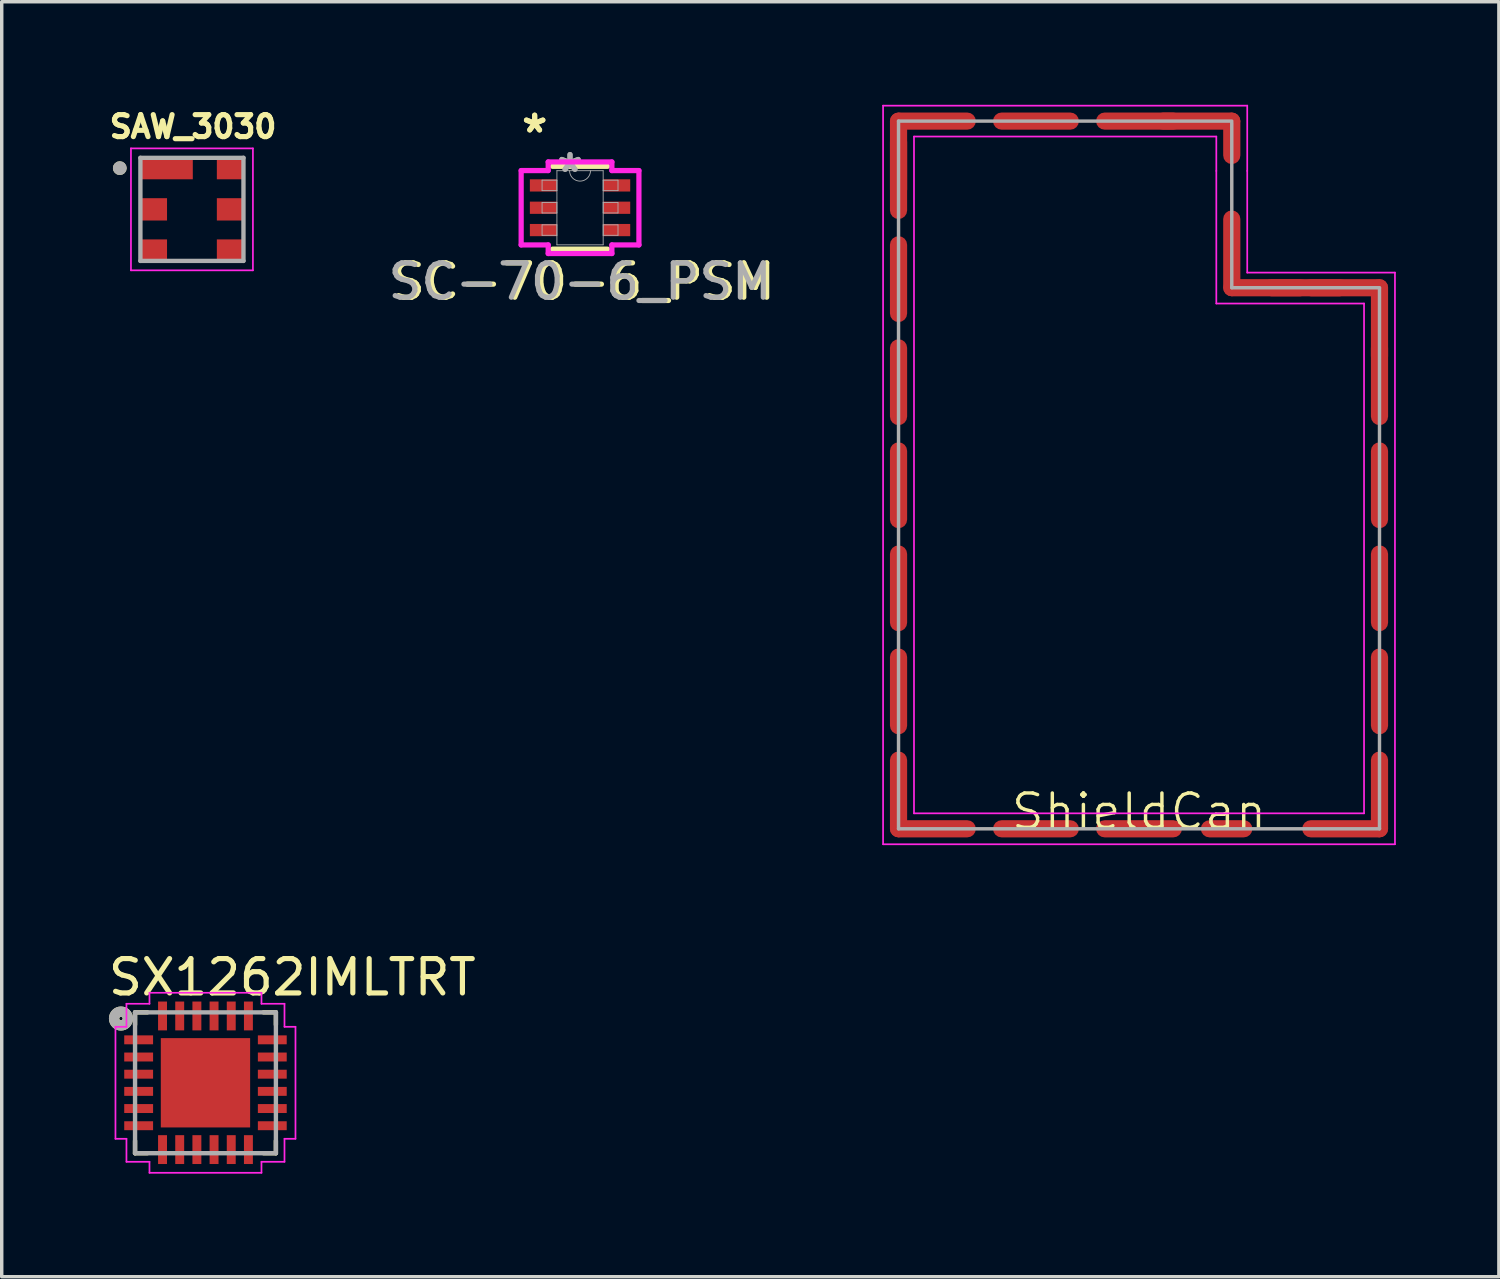
<source format=kicad_pcb>
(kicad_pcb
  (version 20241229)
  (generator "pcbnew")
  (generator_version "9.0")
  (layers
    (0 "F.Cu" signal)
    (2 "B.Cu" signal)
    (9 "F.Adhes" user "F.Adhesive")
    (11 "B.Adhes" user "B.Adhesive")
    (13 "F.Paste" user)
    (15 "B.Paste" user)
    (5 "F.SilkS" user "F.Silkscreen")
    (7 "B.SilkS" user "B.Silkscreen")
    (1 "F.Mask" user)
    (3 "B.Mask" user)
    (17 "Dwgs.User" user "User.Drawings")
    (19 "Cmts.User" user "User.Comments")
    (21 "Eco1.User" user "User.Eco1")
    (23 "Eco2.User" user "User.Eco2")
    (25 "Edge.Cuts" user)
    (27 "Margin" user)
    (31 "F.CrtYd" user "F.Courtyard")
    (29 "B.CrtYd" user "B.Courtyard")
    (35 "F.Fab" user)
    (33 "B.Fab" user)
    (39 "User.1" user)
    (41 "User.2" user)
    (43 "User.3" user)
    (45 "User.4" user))
  (footprint "SC-70-6_PSM"
    (layer "F.Cu")
    (at 13.834 2.997)
    (property "Reference" "SC-70-6_PSM" (at 0.1 2.15 0) (unlocked yes) (layer "F.SilkS") (effects (font (size 1 1) (thickness 0.15))))
    (attr smd)
    (fp_line (start -0.8 1.206) (end 0.8 1.206) (stroke (width 0.152) (type solid)) (layer "F.SilkS"))
    (fp_line (start 0.8 -1.206) (end -0.8 -1.206) (stroke (width 0.152) (type solid)) (layer "F.SilkS"))
    (fp_line (start -1.714 -1.082) (end -0.927 -1.082) (stroke (width 0.152) (type solid)) (layer "F.CrtYd"))
    (fp_line (start -1.714 1.082) (end -1.714 -1.082) (stroke (width 0.152) (type solid)) (layer "F.CrtYd"))
    (fp_line (start -1.714 1.082) (end -0.927 1.082) (stroke (width 0.152) (type solid)) (layer "F.CrtYd"))
    (fp_line (start -0.927 -1.333) (end 0.927 -1.333) (stroke (width 0.152) (type solid)) (layer "F.CrtYd"))
    (fp_line (start -0.927 -1.082) (end -0.927 -1.333) (stroke (width 0.152) (type solid)) (layer "F.CrtYd"))
    (fp_line (start -0.927 1.333) (end -0.927 1.082) (stroke (width 0.152) (type solid)) (layer "F.CrtYd"))
    (fp_line (start 0.927 -1.333) (end 0.927 -1.082) (stroke (width 0.152) (type solid)) (layer "F.CrtYd"))
    (fp_line (start 0.927 1.082) (end 0.927 1.333) (stroke (width 0.152) (type solid)) (layer "F.CrtYd"))
    (fp_line (start 0.927 1.333) (end -0.927 1.333) (stroke (width 0.152) (type solid)) (layer "F.CrtYd"))
    (fp_line (start 1.714 -1.082) (end 0.927 -1.082) (stroke (width 0.152) (type solid)) (layer "F.CrtYd"))
    (fp_line (start 1.714 -1.082) (end 1.714 1.082) (stroke (width 0.152) (type solid)) (layer "F.CrtYd"))
    (fp_line (start 1.714 1.082) (end 0.927 1.082) (stroke (width 0.152) (type solid)) (layer "F.CrtYd"))
    (fp_line (start -1.105 -0.802) (end -1.105 -0.498) (stroke (width 0.025) (type solid)) (layer "F.Fab"))
    (fp_line (start -1.105 -0.498) (end -0.673 -0.498) (stroke (width 0.025) (type solid)) (layer "F.Fab"))
    (fp_line (start -1.105 -0.152) (end -1.105 0.152) (stroke (width 0.025) (type solid)) (layer "F.Fab"))
    (fp_line (start -1.105 0.152) (end -0.673 0.152) (stroke (width 0.025) (type solid)) (layer "F.Fab"))
    (fp_line (start -1.105 0.498) (end -1.105 0.802) (stroke (width 0.025) (type solid)) (layer "F.Fab"))
    (fp_line (start -1.105 0.802) (end -0.673 0.802) (stroke (width 0.025) (type solid)) (layer "F.Fab"))
    (fp_line (start -0.673 -1.079) (end -0.673 1.079) (stroke (width 0.025) (type solid)) (layer "F.Fab"))
    (fp_line (start -0.673 -0.802) (end -1.105 -0.802) (stroke (width 0.025) (type solid)) (layer "F.Fab"))
    (fp_line (start -0.673 -0.498) (end -0.673 -0.802) (stroke (width 0.025) (type solid)) (layer "F.Fab"))
    (fp_line (start -0.673 -0.152) (end -1.105 -0.152) (stroke (width 0.025) (type solid)) (layer "F.Fab"))
    (fp_line (start -0.673 0.152) (end -0.673 -0.152) (stroke (width 0.025) (type solid)) (layer "F.Fab"))
    (fp_line (start -0.673 0.498) (end -1.105 0.498) (stroke (width 0.025) (type solid)) (layer "F.Fab"))
    (fp_line (start -0.673 0.802) (end -0.673 0.498) (stroke (width 0.025) (type solid)) (layer "F.Fab"))
    (fp_line (start -0.673 1.079) (end 0.673 1.079) (stroke (width 0.025) (type solid)) (layer "F.Fab"))
    (fp_line (start 0.673 -1.079) (end -0.673 -1.079) (stroke (width 0.025) (type solid)) (layer "F.Fab"))
    (fp_line (start 0.673 -0.802) (end 0.673 -0.498) (stroke (width 0.025) (type solid)) (layer "F.Fab"))
    (fp_line (start 0.673 -0.498) (end 1.105 -0.498) (stroke (width 0.025) (type solid)) (layer "F.Fab"))
    (fp_line (start 0.673 -0.152) (end 0.673 0.152) (stroke (width 0.025) (type solid)) (layer "F.Fab"))
    (fp_line (start 0.673 0.152) (end 1.105 0.152) (stroke (width 0.025) (type solid)) (layer "F.Fab"))
    (fp_line (start 0.673 0.498) (end 0.673 0.802) (stroke (width 0.025) (type solid)) (layer "F.Fab"))
    (fp_line (start 0.673 0.802) (end 1.105 0.802) (stroke (width 0.025) (type solid)) (layer "F.Fab"))
    (fp_line (start 0.673 1.079) (end 0.673 -1.079) (stroke (width 0.025) (type solid)) (layer "F.Fab"))
    (fp_line (start 1.105 -0.802) (end 0.673 -0.802) (stroke (width 0.025) (type solid)) (layer "F.Fab"))
    (fp_line (start 1.105 -0.498) (end 1.105 -0.802) (stroke (width 0.025) (type solid)) (layer "F.Fab"))
    (fp_line (start 1.105 -0.152) (end 0.673 -0.152) (stroke (width 0.025) (type solid)) (layer "F.Fab"))
    (fp_line (start 1.105 0.152) (end 1.105 -0.152) (stroke (width 0.025) (type solid)) (layer "F.Fab"))
    (fp_line (start 1.105 0.498) (end 0.673 0.498) (stroke (width 0.025) (type solid)) (layer "F.Fab"))
    (fp_line (start 1.105 0.802) (end 1.105 0.498) (stroke (width 0.025) (type solid)) (layer "F.Fab"))
    (fp_arc (start 0.3048 -1.0795) (mid 0 -0.7747) (end -0.3048 -1.0795) (stroke (width 0.0254) (type solid)) (layer "F.Fab"))
    (fp_text user "*" (at -1.321 -2.149 0) (unlocked yes) (layer "F.SilkS") (effects (font (size 1 1) (thickness 0.15))))
    (fp_text user "*" (at -1.321 -2.149 0) (layer "F.SilkS") (effects (font (size 1 1) (thickness 0.15))))
    (fp_text user "${REFERENCE}" (at 0 2.15 0) (unlocked yes) (layer "F.Fab") (effects (font (size 1 1) (thickness 0.15))))
    (fp_text user "*" (at -0.292 -1.003 0) (layer "F.Fab") (effects (font (size 1 1) (thickness 0.15))))
    (fp_text user "*" (at -0.292 -1.003 0) (unlocked yes) (layer "F.Fab") (effects (font (size 1 1) (thickness 0.15))))
    (pad "1" smd rect (at -1.067 -0.65) (size 0.787 0.356) (layers "F.Cu" "F.Mask" "F.Paste"))
    (pad "2" smd rect (at -1.067 0) (size 0.787 0.356) (layers "F.Cu" "F.Mask" "F.Paste"))
    (pad "3" smd rect (at -1.067 0.65) (size 0.787 0.356) (layers "F.Cu" "F.Mask" "F.Paste"))
    (pad "4" smd rect (at 1.067 0.65) (size 0.787 0.356) (layers "F.Cu" "F.Mask" "F.Paste"))
    (pad "5" smd rect (at 1.067 0) (size 0.787 0.356) (layers "F.Cu" "F.Mask" "F.Paste"))
    (pad "6" smd rect (at 1.067 -0.65) (size 0.787 0.356) (layers "F.Cu" "F.Mask" "F.Paste")))
  (footprint "SAW_3030"
    (layer "F.Cu")
    (at 2.537 3.044)
    (property "Reference" "SAW_3030" (at 0.032 -2.406 0) (layer "F.SilkS") (effects (font (size 0.64 0.64) (thickness 0.15))))
    (attr smd)
    (fp_circle (center -2.1 -1.2) (end -2 -1.2) (stroke (width 0.2) (type solid)) (fill no) (layer "F.SilkS"))
    (fp_line (start -1.775 -1.775) (end -1.775 1.775) (stroke (width 0.05) (type solid)) (layer "F.CrtYd"))
    (fp_line (start -1.775 1.775) (end 1.775 1.775) (stroke (width 0.05) (type solid)) (layer "F.CrtYd"))
    (fp_line (start 1.775 -1.775) (end -1.775 -1.775) (stroke (width 0.05) (type solid)) (layer "F.CrtYd"))
    (fp_line (start 1.775 1.775) (end 1.775 -1.775) (stroke (width 0.05) (type solid)) (layer "F.CrtYd"))
    (fp_line (start -1.5 -1.5) (end -1.5 1.5) (stroke (width 0.127) (type solid)) (layer "F.Fab"))
    (fp_line (start -1.5 1.5) (end 1.5 1.5) (stroke (width 0.127) (type solid)) (layer "F.Fab"))
    (fp_line (start 1.5 -1.5) (end -1.5 -1.5) (stroke (width 0.127) (type solid)) (layer "F.Fab"))
    (fp_line (start 1.5 1.5) (end 1.5 -1.5) (stroke (width 0.127) (type solid)) (layer "F.Fab"))
    (fp_circle (center -2.1 -1.2) (end -2 -1.2) (stroke (width 0.2) (type solid)) (fill no) (layer "F.Fab"))
    (pad "1" smd rect (at -0.75 -1.2) (size 1.55 0.65) (layers "F.Cu" "F.Mask" "F.Paste"))
    (pad "2" smd rect (at -1.125 0) (size 0.8 0.65) (layers "F.Cu" "F.Mask" "F.Paste"))
    (pad "3" smd rect (at -1.125 1.2) (size 0.8 0.65) (layers "F.Cu" "F.Mask" "F.Paste"))
    (pad "4" smd rect (at 1.125 1.2) (size 0.8 0.65) (layers "F.Cu" "F.Mask" "F.Paste"))
    (pad "5" smd rect (at 1.125 0) (size 0.8 0.65) (layers "F.Cu" "F.Mask" "F.Paste"))
    (pad "6" smd rect (at 1.125 -1.2) (size 0.8 0.65) (layers "F.Cu" "F.Mask" "F.Paste")))
  (footprint "SX1262IMLTRT"
    (layer "F.Cu")
    (at 2.931 28.468)
    (property "Reference" "SX1262IMLTRT" (at 2.527 -3.07 0) (layer "F.SilkS") (effects (font (size 1 1) (thickness 0.15))))
    (attr smd)
    (fp_line (start -2.05 -2.05) (end -2.05 -1.69) (stroke (width 0.127) (type solid)) (layer "F.SilkS"))
    (fp_line (start -2.05 2.05) (end -2.05 1.69) (stroke (width 0.127) (type solid)) (layer "F.SilkS"))
    (fp_line (start -1.69 -2.05) (end -2.05 -2.05) (stroke (width 0.127) (type solid)) (layer "F.SilkS"))
    (fp_line (start -1.69 2.05) (end -2.05 2.05) (stroke (width 0.127) (type solid)) (layer "F.SilkS"))
    (fp_line (start 1.69 2.05) (end 2.05 2.05) (stroke (width 0.127) (type solid)) (layer "F.SilkS"))
    (fp_line (start 2.05 -2.05) (end 1.69 -2.05) (stroke (width 0.127) (type solid)) (layer "F.SilkS"))
    (fp_line (start 2.05 -1.69) (end 2.05 -2.05) (stroke (width 0.127) (type solid)) (layer "F.SilkS"))
    (fp_line (start 2.05 2.05) (end 2.05 1.69) (stroke (width 0.127) (type solid)) (layer "F.SilkS"))
    (fp_circle (center -2.46 -1.87) (end -2.41 -1.87) (stroke (width 0.3) (type solid)) (fill no) (layer "F.SilkS"))
    (fp_poly (pts (xy -1.045 -1.045) (xy -0.125 -1.045) (xy -0.125 -0.125) (xy -1.045 -0.125)) (stroke (width 0.01) (type solid)) (fill yes) (layer "F.Paste"))
    (fp_poly (pts (xy -1.045 0.125) (xy -0.125 0.125) (xy -0.125 1.045) (xy -1.045 1.045)) (stroke (width 0.01) (type solid)) (fill yes) (layer "F.Paste"))
    (fp_poly (pts (xy 0.125 -1.045) (xy 1.045 -1.045) (xy 1.045 -0.125) (xy 0.125 -0.125)) (stroke (width 0.01) (type solid)) (fill yes) (layer "F.Paste"))
    (fp_poly (pts (xy 0.125 0.125) (xy 1.045 0.125) (xy 1.045 1.045) (xy 0.125 1.045)) (stroke (width 0.01) (type solid)) (fill yes) (layer "F.Paste"))
    (fp_line (start -2.62 -1.63) (end -2.62 1.63) (stroke (width 0.05) (type solid)) (layer "F.CrtYd"))
    (fp_line (start -2.62 1.63) (end -2.3 1.63) (stroke (width 0.05) (type solid)) (layer "F.CrtYd"))
    (fp_line (start -2.3 -2.3) (end -2.3 -1.63) (stroke (width 0.05) (type solid)) (layer "F.CrtYd"))
    (fp_line (start -2.3 -1.63) (end -2.62 -1.63) (stroke (width 0.05) (type solid)) (layer "F.CrtYd"))
    (fp_line (start -2.3 1.63) (end -2.3 2.3) (stroke (width 0.05) (type solid)) (layer "F.CrtYd"))
    (fp_line (start -2.3 2.3) (end -1.63 2.3) (stroke (width 0.05) (type solid)) (layer "F.CrtYd"))
    (fp_line (start -1.63 -2.62) (end -1.63 -2.3) (stroke (width 0.05) (type solid)) (layer "F.CrtYd"))
    (fp_line (start -1.63 -2.3) (end -2.3 -2.3) (stroke (width 0.05) (type solid)) (layer "F.CrtYd"))
    (fp_line (start -1.63 2.3) (end -1.63 2.62) (stroke (width 0.05) (type solid)) (layer "F.CrtYd"))
    (fp_line (start -1.63 2.62) (end 1.63 2.62) (stroke (width 0.05) (type solid)) (layer "F.CrtYd"))
    (fp_line (start 1.63 -2.62) (end -1.63 -2.62) (stroke (width 0.05) (type solid)) (layer "F.CrtYd"))
    (fp_line (start 1.63 -2.3) (end 1.63 -2.62) (stroke (width 0.05) (type solid)) (layer "F.CrtYd"))
    (fp_line (start 1.63 2.3) (end 2.3 2.3) (stroke (width 0.05) (type solid)) (layer "F.CrtYd"))
    (fp_line (start 1.63 2.62) (end 1.63 2.3) (stroke (width 0.05) (type solid)) (layer "F.CrtYd"))
    (fp_line (start 2.3 -2.3) (end 1.63 -2.3) (stroke (width 0.05) (type solid)) (layer "F.CrtYd"))
    (fp_line (start 2.3 -1.63) (end 2.3 -2.3) (stroke (width 0.05) (type solid)) (layer "F.CrtYd"))
    (fp_line (start 2.3 1.63) (end 2.62 1.63) (stroke (width 0.05) (type solid)) (layer "F.CrtYd"))
    (fp_line (start 2.3 2.3) (end 2.3 1.63) (stroke (width 0.05) (type solid)) (layer "F.CrtYd"))
    (fp_line (start 2.62 -1.63) (end 2.3 -1.63) (stroke (width 0.05) (type solid)) (layer "F.CrtYd"))
    (fp_line (start 2.62 1.63) (end 2.62 -1.63) (stroke (width 0.05) (type solid)) (layer "F.CrtYd"))
    (fp_line (start -2.05 -2.05) (end -2.05 2.05) (stroke (width 0.127) (type solid)) (layer "F.Fab"))
    (fp_line (start -2.05 2.05) (end 2.05 2.05) (stroke (width 0.127) (type solid)) (layer "F.Fab"))
    (fp_line (start 2.05 -2.05) (end -2.05 -2.05) (stroke (width 0.127) (type solid)) (layer "F.Fab"))
    (fp_line (start 2.05 2.05) (end 2.05 -2.05) (stroke (width 0.127) (type solid)) (layer "F.Fab"))
    (fp_circle (center -2.46 -1.87) (end -2.41 -1.87) (stroke (width 0.3) (type solid)) (fill no) (layer "F.Fab"))
    (pad "1" smd rect (at -1.945 -1.25) (size 0.84 0.26) (layers "F.Cu" "F.Mask" "F.Paste"))
    (pad "2" smd rect (at -1.945 -0.75) (size 0.84 0.26) (layers "F.Cu" "F.Mask" "F.Paste"))
    (pad "3" smd rect (at -1.945 -0.25) (size 0.84 0.26) (layers "F.Cu" "F.Mask" "F.Paste"))
    (pad "4" smd rect (at -1.945 0.25) (size 0.84 0.26) (layers "F.Cu" "F.Mask" "F.Paste"))
    (pad "5" smd rect (at -1.945 0.75) (size 0.84 0.26) (layers "F.Cu" "F.Mask" "F.Paste"))
    (pad "6" smd rect (at -1.945 1.25) (size 0.84 0.26) (layers "F.Cu" "F.Mask" "F.Paste"))
    (pad "7" smd rect (at -1.25 1.945) (size 0.26 0.84) (layers "F.Cu" "F.Mask" "F.Paste"))
    (pad "8" smd rect (at -0.75 1.945) (size 0.26 0.84) (layers "F.Cu" "F.Mask" "F.Paste"))
    (pad "9" smd rect (at -0.25 1.945) (size 0.26 0.84) (layers "F.Cu" "F.Mask" "F.Paste"))
    (pad "10" smd rect (at 0.25 1.945) (size 0.26 0.84) (layers "F.Cu" "F.Mask" "F.Paste"))
    (pad "11" smd rect (at 0.75 1.945) (size 0.26 0.84) (layers "F.Cu" "F.Mask" "F.Paste"))
    (pad "12" smd rect (at 1.25 1.945) (size 0.26 0.84) (layers "F.Cu" "F.Mask" "F.Paste"))
    (pad "13" smd rect (at 1.945 1.25) (size 0.84 0.26) (layers "F.Cu" "F.Mask" "F.Paste"))
    (pad "14" smd rect (at 1.945 0.75) (size 0.84 0.26) (layers "F.Cu" "F.Mask" "F.Paste"))
    (pad "15" smd rect (at 1.945 0.25) (size 0.84 0.26) (layers "F.Cu" "F.Mask" "F.Paste"))
    (pad "16" smd rect (at 1.945 -0.25) (size 0.84 0.26) (layers "F.Cu" "F.Mask" "F.Paste"))
    (pad "17" smd rect (at 1.945 -0.75) (size 0.84 0.26) (layers "F.Cu" "F.Mask" "F.Paste"))
    (pad "18" smd rect (at 1.945 -1.25) (size 0.84 0.26) (layers "F.Cu" "F.Mask" "F.Paste"))
    (pad "19" smd rect (at 1.25 -1.945) (size 0.26 0.84) (layers "F.Cu" "F.Mask" "F.Paste"))
    (pad "20" smd rect (at 0.75 -1.945) (size 0.26 0.84) (layers "F.Cu" "F.Mask" "F.Paste"))
    (pad "21" smd rect (at 0.25 -1.945) (size 0.26 0.84) (layers "F.Cu" "F.Mask" "F.Paste"))
    (pad "22" smd rect (at -0.25 -1.945) (size 0.26 0.84) (layers "F.Cu" "F.Mask" "F.Paste"))
    (pad "23" smd rect (at -0.75 -1.945) (size 0.26 0.84) (layers "F.Cu" "F.Mask" "F.Paste"))
    (pad "24" smd rect (at -1.25 -1.945) (size 0.26 0.84) (layers "F.Cu" "F.Mask" "F.Paste"))
    (pad "25" smd rect (at 0 0) (size 2.6 2.6) (layers "F.Cu" "F.Mask")))
  (footprint "ShieldCan"
    (layer "F.Cu")
    (at 30.105 21.075)
    (property "Reference" "ShieldCan" (at 0 -0.5 0) (unlocked yes) (layer "F.SilkS") (effects (font (size 1 1) (thickness 0.1))))
    (attr smd dnp)
    (fp_line (start -7.45 -21.05) (end -7.45 0.45) (stroke (width 0.05) (type solid)) (layer "F.CrtYd"))
    (fp_line (start -7.45 0.45) (end 7.45 0.45) (stroke (width 0.05) (type solid)) (layer "F.CrtYd"))
    (fp_line (start -6.55 -20.15) (end -6.55 -0.45) (stroke (width 0.05) (type solid)) (layer "F.CrtYd"))
    (fp_line (start 2.25 -20.15) (end -6.55 -20.15) (stroke (width 0.05) (type solid)) (layer "F.CrtYd"))
    (fp_line (start 2.25 -20.15) (end 2.25 -19.15) (stroke (width 0.05) (type default)) (layer "F.CrtYd"))
    (fp_line (start 2.25 -19.15) (end 2.25 -15.29) (stroke (width 0.05) (type solid)) (layer "F.CrtYd"))
    (fp_line (start 3.15 -21.05) (end -7.45 -21.05) (stroke (width 0.05) (type solid)) (layer "F.CrtYd"))
    (fp_line (start 3.15 -19.15) (end 3.15 -21.05) (stroke (width 0.05) (type default)) (layer "F.CrtYd"))
    (fp_line (start 3.15 -16.19) (end 3.15 -19.15) (stroke (width 0.05) (type solid)) (layer "F.CrtYd"))
    (fp_line (start 6.55 -15.29) (end 2.25 -15.29) (stroke (width 0.05) (type solid)) (layer "F.CrtYd"))
    (fp_line (start 6.55 -0.45) (end -6.55 -0.45) (stroke (width 0.05) (type solid)) (layer "F.CrtYd"))
    (fp_line (start 6.55 -0.45) (end 6.55 -15.29) (stroke (width 0.05) (type solid)) (layer "F.CrtYd"))
    (fp_line (start 7.45 -16.19) (end 3.15 -16.19) (stroke (width 0.05) (type solid)) (layer "F.CrtYd"))
    (fp_line (start 7.45 0.45) (end 7.45 -16.19) (stroke (width 0.05) (type solid)) (layer "F.CrtYd"))
    (fp_line (start -7 -20.6) (end 2.7 -20.6) (stroke (width 0.1) (type solid)) (layer "F.Fab"))
    (fp_line (start -7 0) (end -7 -20.6) (stroke (width 0.1) (type solid)) (layer "F.Fab"))
    (fp_line (start -7 0) (end 7 0) (stroke (width 0.1) (type solid)) (layer "F.Fab"))
    (fp_line (start 2.7 -15.75) (end 2.7 -20.55) (stroke (width 0.1) (type default)) (layer "F.Fab"))
    (fp_line (start 7 -15.75) (end 2.7 -15.75) (stroke (width 0.1) (type solid)) (layer "F.Fab"))
    (fp_line (start 7 0) (end 7 -15.74) (stroke (width 0.1) (type solid)) (layer "F.Fab"))
    (pad "1" smd roundrect (at -7 -19.6 90) (size 2.5 0.5) (layers "F.Cu" "F.Mask" "F.Paste") (roundrect_rratio 0.5))
    (pad "1" smd roundrect (at -7 -19 90) (size 2.5 0.5) (layers "F.Cu" "F.Mask" "F.Paste") (roundrect_rratio 0.5))
    (pad "1" smd roundrect (at -7 -16 90) (size 2.5 0.5) (layers "F.Cu" "F.Mask" "F.Paste") (roundrect_rratio 0.5))
    (pad "1" smd roundrect (at -7 -13 90) (size 2.5 0.5) (layers "F.Cu" "F.Mask" "F.Paste") (roundrect_rratio 0.5))
    (pad "1" smd roundrect (at -7 -10 90) (size 2.5 0.5) (layers "F.Cu" "F.Mask" "F.Paste") (roundrect_rratio 0.5))
    (pad "1" smd roundrect (at -7 -7 90) (size 2.5 0.5) (layers "F.Cu" "F.Mask" "F.Paste") (roundrect_rratio 0.5))
    (pad "1" smd roundrect (at -7 -4 90) (size 2.5 0.5) (layers "F.Cu" "F.Mask" "F.Paste") (roundrect_rratio 0.5))
    (pad "1" smd roundrect (at -7 -1 90) (size 2.5 0.5) (layers "F.Cu" "F.Mask" "F.Paste") (roundrect_rratio 0.5))
    (pad "1" smd roundrect (at -6 -20.6) (size 2.5 0.5) (layers "F.Cu" "F.Mask" "F.Paste") (roundrect_rratio 0.5))
    (pad "1" smd roundrect (at -6 0) (size 2.5 0.5) (layers "F.Cu" "F.Mask" "F.Paste") (roundrect_rratio 0.5))
    (pad "1" smd roundrect (at -3 -20.6) (size 2.5 0.5) (layers "F.Cu" "F.Mask" "F.Paste") (roundrect_rratio 0.5))
    (pad "1" smd roundrect (at -3 0) (size 2.5 0.5) (layers "F.Cu" "F.Mask" "F.Paste") (roundrect_rratio 0.5))
    (pad "1" smd roundrect (at 0 -20.6) (size 2.5 0.5) (layers "F.Cu" "F.Mask" "F.Paste") (roundrect_rratio 0.5))
    (pad "1" smd roundrect (at 0 0) (size 2.5 0.5) (layers "F.Cu" "F.Mask" "F.Paste") (roundrect_rratio 0.5))
    (pad "1" smd roundrect (at 1.7 -20.6) (size 2.5 0.5) (layers "F.Cu" "F.Mask" "F.Paste") (roundrect_rratio 0.5))
    (pad "1" smd roundrect (at 2.55 0) (size 1.5 0.5) (layers "F.Cu" "F.Mask" "F.Paste") (roundrect_rratio 0.5))
    (pad "1" smd roundrect (at 2.7 -20.1 270) (size 1.5 0.5) (layers "F.Cu" "F.Mask" "F.Paste") (roundrect_rratio 0.5))
    (pad "1" smd roundrect (at 2.7 -16.75 270) (size 2.5 0.5) (layers "F.Cu" "F.Mask" "F.Paste") (roundrect_rratio 0.5))
    (pad "1" smd roundrect (at 3.7 -15.75) (size 2.5 0.5) (layers "F.Cu" "F.Mask" "F.Paste") (roundrect_rratio 0.5))
    (pad "1" smd roundrect (at 4.85 -15.75) (size 2.5 0.5) (layers "F.Cu" "F.Mask" "F.Paste") (roundrect_rratio 0.5))
    (pad "1" smd roundrect (at 6 -15.75) (size 2.5 0.5) (layers "F.Cu" "F.Mask" "F.Paste") (roundrect_rratio 0.5))
    (pad "1" smd roundrect (at 6 0) (size 2.5 0.5) (layers "F.Cu" "F.Mask" "F.Paste") (roundrect_rratio 0.5))
    (pad "1" smd roundrect (at 7 -14.75 270) (size 2.5 0.5) (layers "F.Cu" "F.Mask" "F.Paste") (roundrect_rratio 0.5))
    (pad "1" smd roundrect (at 7 -13 270) (size 2.5 0.5) (layers "F.Cu" "F.Mask" "F.Paste") (roundrect_rratio 0.5))
    (pad "1" smd roundrect (at 7 -10 270) (size 2.5 0.5) (layers "F.Cu" "F.Mask" "F.Paste") (roundrect_rratio 0.5))
    (pad "1" smd roundrect (at 7 -7 270) (size 2.5 0.5) (layers "F.Cu" "F.Mask" "F.Paste") (roundrect_rratio 0.5))
    (pad "1" smd roundrect (at 7 -4 270) (size 2.5 0.5) (layers "F.Cu" "F.Mask" "F.Paste") (roundrect_rratio 0.5))
    (pad "1" smd roundrect (at 7 -1 270) (size 2.5 0.5) (layers "F.Cu" "F.Mask" "F.Paste") (roundrect_rratio 0.5)))
  (gr_rect
    (start -3 -3)
    (end 40.58 34.113)
    (stroke (width 0.1) (type default))
    (fill no)
    (layer "Edge.Cuts")))
</source>
